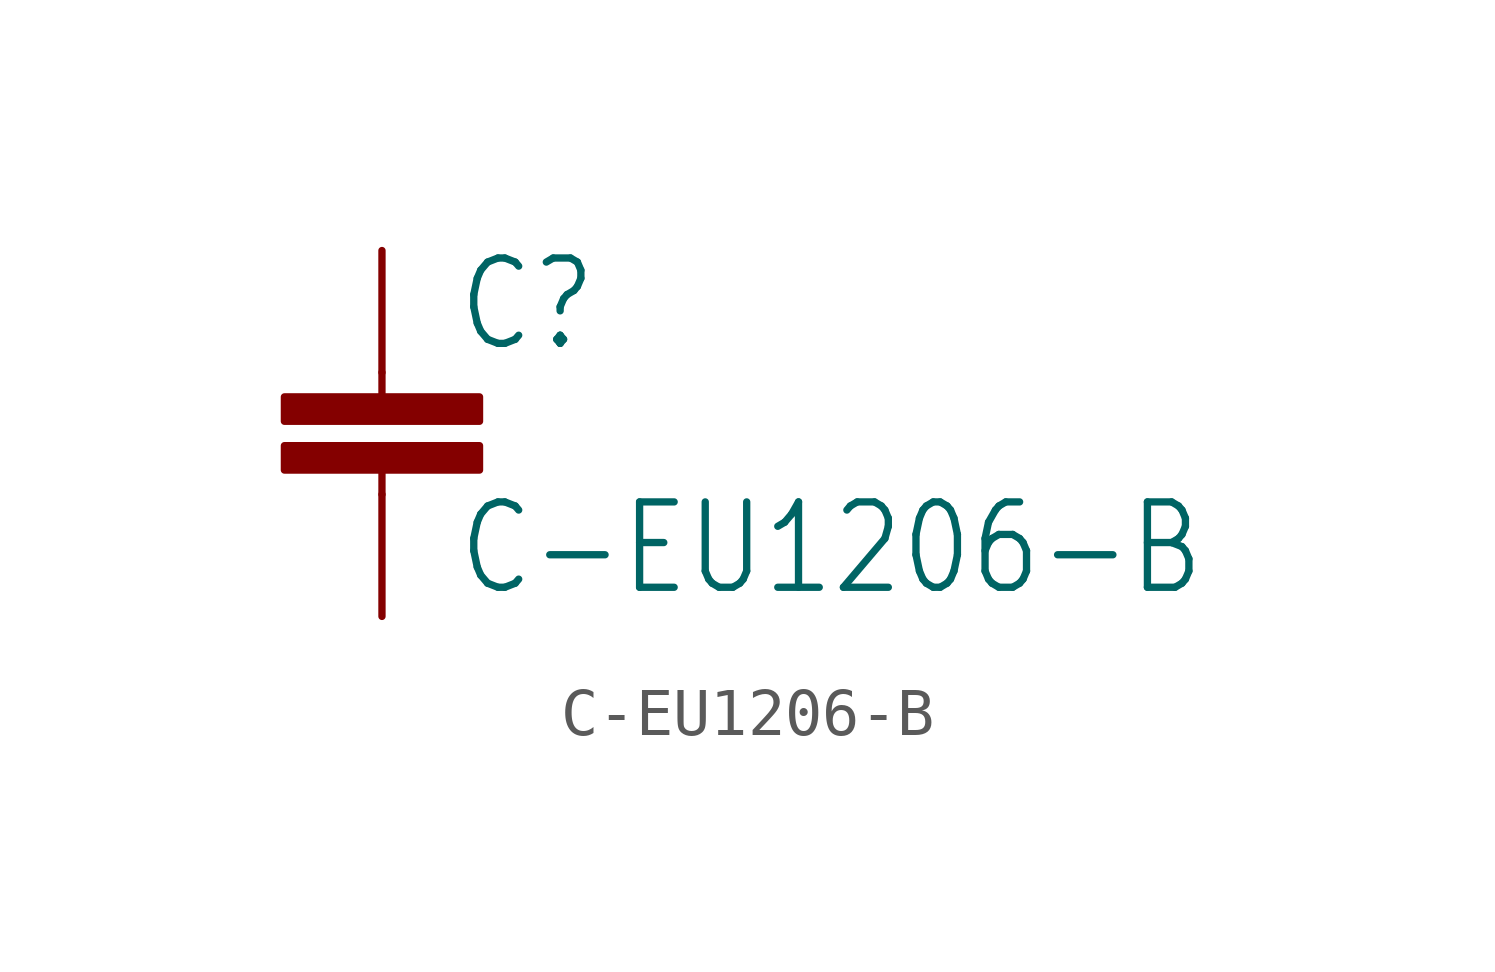
<source format=kicad_sym>
(kicad_symbol_lib
  (version 20210619)
  (generator kicad_symbol_editor)
  (symbol "C-EU1206-B"
    (property "Reference" "C"
      (at 1.524 0.381 0)
      (effects (font (size 1.778 1.511)) (justify left bottom)))
    (property "Value" "C-EU1206-B"
      (at 1.524 -4.699 0)
      (effects (font (size 1.778 1.511)) (justify left bottom)))
    (property "ki_locked" ""
      (at 0 0 0)
      (effects (font (size 1.27 1.27))))
    (symbol "C-EU1206-B_1_0"
      (rectangle (start -2.032 -2.032) (end 2.032 -1.524) (stroke (width 0)) (fill (type outline)))
      (rectangle (start -2.032 -1.016) (end 2.032 -0.508) (stroke (width 0)) (fill (type outline)))
      (polyline (pts (xy 0 -2.54) (xy 0 -2.032)) (stroke (width 0.152)) (fill (type none)))
      (polyline (pts (xy 0 0) (xy 0 -0.508)) (stroke (width 0.152)) (fill (type none)))
      (pin passive line (at 0 2.54 270) (length 2.54) (name "1" (effects (font (size 0 0)))) (number "1" (effects (font (size 0 0)))))
      (pin passive line (at 0 -5.08 90) (length 2.54) (name "2" (effects (font (size 0 0)))) (number "2" (effects (font (size 0 0))))))))
</source>
